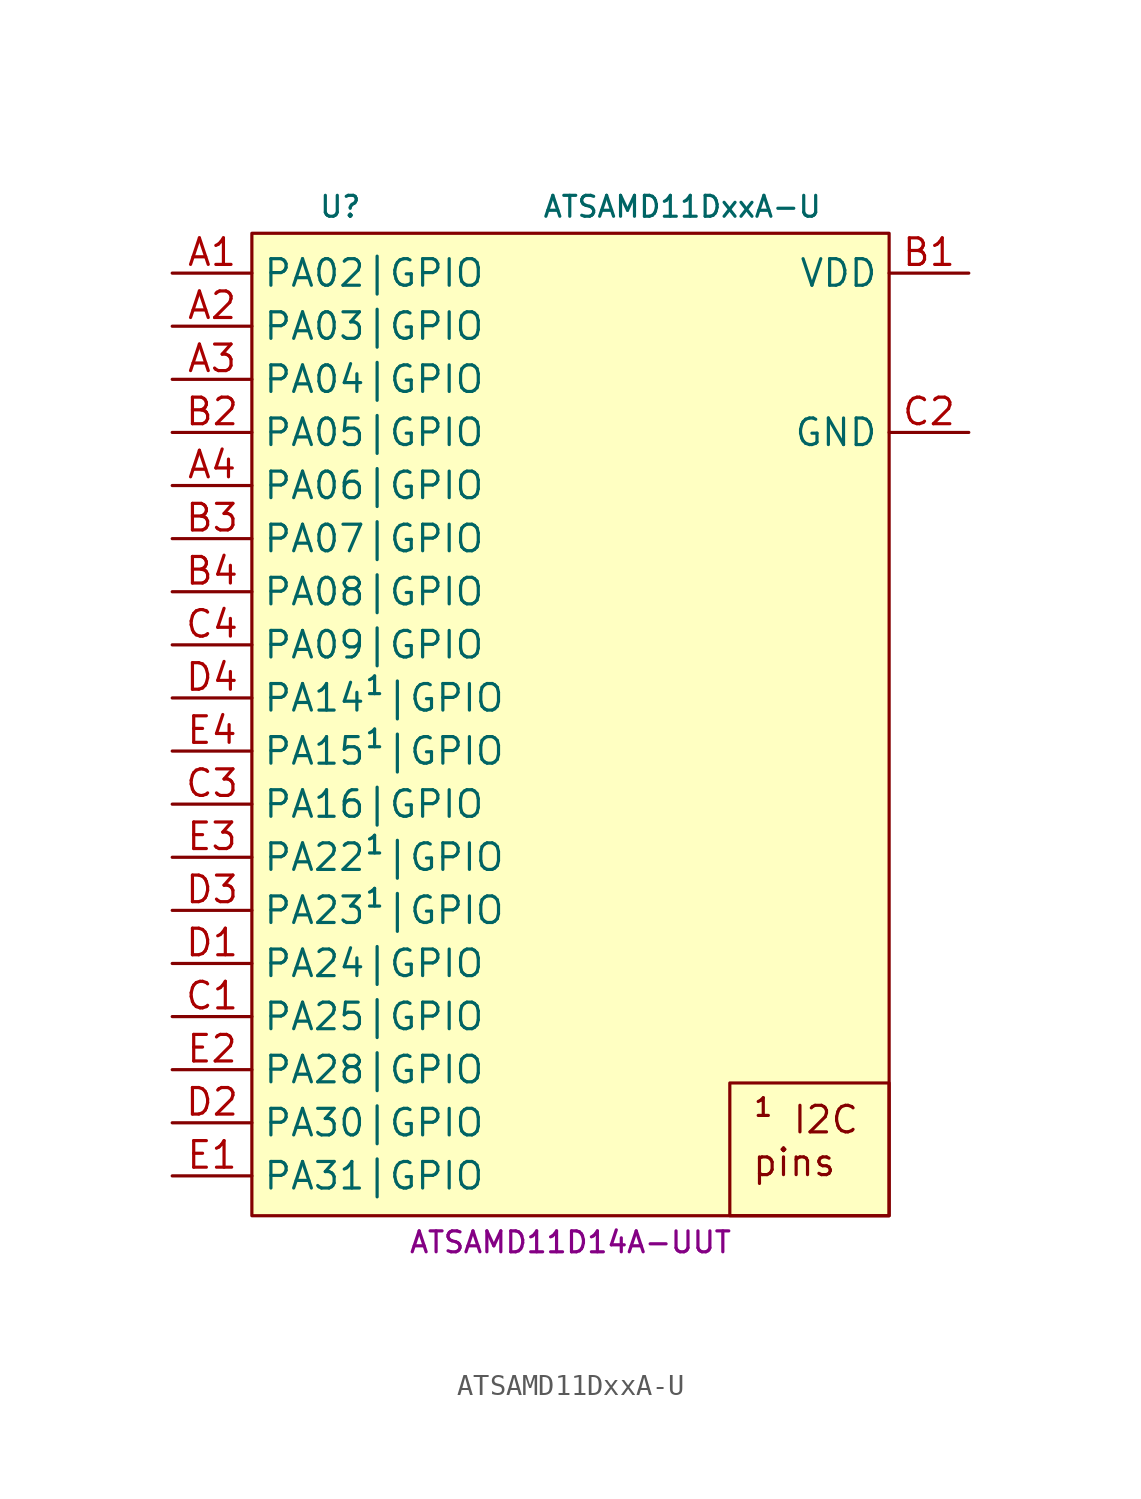
<source format=kicad_sym>
(kicad_symbol_lib
  (version 20231120)
  (generator "kicad_symbol_editor")
  (generator_version "8.0")
  (symbol "ATSAMD11DxxA-U"
    (property "Reference" "U"
      (at -12.065 23.495 0)
      (do_not_autoplace)
      (effects (font (size 1 1)) (justify left)))
    (property "Value" "ATSAMD11DxxA-U"
      (at 12.065 23.495 0)
      (do_not_autoplace)
      (effects (font (size 1 1)) (justify right)))
    (property "MPN" "ATSAMD11D14A-UUT"
      (at 0 -26.035 0)
      (do_not_autoplace)
      (effects (font (size 1 1))))
    (symbol "ATSAMD11DxxA-U_0_1"
      (rectangle (start -15.24 22.225) (end 15.24 -24.765) (stroke (width 0.152) (type default)) (fill (type background))))
    (symbol "ATSAMD11DxxA-U_1_1"
      (text_box "¹ I2C pins" (at 7.62 -18.415 0) (size 7.62 -6.35) (stroke (width 0) (type default)) (fill (type none)) (effects (font (size 1.27 1.27)) (justify left top)))
      (pin bidirectional line (at -19.05 20.32 0) (length 3.81) (name "PA02|GPIO" (effects (font (size 1.27 1.27)))) (number "A1" (effects (font (size 1.27 1.27)))) (alternate "PA02|A:EXTINT.2" input line) (alternate "PA02|B:ADC.IN0" input line) (alternate "PA02|B:DAC.VOUT" output line) (alternate "PA02|B:PTC.Y0" bidirectional line))
      (pin bidirectional line (at -19.05 17.78 0) (length 3.81) (name "PA03|GPIO" (effects (font (size 1.27 1.27)))) (number "A2" (effects (font (size 1.27 1.27)))) (alternate "PA03|A:EXTINT.3" input line) (alternate "PA03|B:ADC.IN1" input line) (alternate "PA03|B:ADC.VREFA" input line) (alternate "PA03|B:DAC.VREFA" input line) (alternate "PA03|B:PTC.Y1" bidirectional line))
      (pin bidirectional line (at -19.05 15.24 0) (length 3.81) (name "PA04|GPIO" (effects (font (size 1.27 1.27)))) (number "A3" (effects (font (size 1.27 1.27)))) (alternate "PA04|A:EXTINT.4" input line) (alternate "PA04|B:AC.IN0" input line) (alternate "PA04|B:ADC.IN2" input line) (alternate "PA04|B:ADC.VREFB" input line) (alternate "PA04|B:PTC.Y2" bidirectional line) (alternate "PA04|C0:SERCOM0.~{SS}" input inverted) (alternate "PA04|C1:SERCOM0.MO/SO" output line) (alternate "PA04|C1:SERCOM0.TX" output line) (alternate "PA04|C2:SERCOM0.MI/SI" input line) (alternate "PA04|C2:SERCOM0.RX" input line) (alternate "PA04|C2:SERCOM0.~{RTS}" output inverted) (alternate "PA04|C2:SERCOM0.~{SS}" input inverted) (alternate "PA04|C:SERCOM0.PAD2" bidirectional line) (alternate "PA04|D0:SERCOM0.MI/SI" input line) (alternate "PA04|D0:SERCOM0.MO/SO" output line) (alternate "PA04|D0:SERCOM0.RX" input line) (alternate "PA04|D0:SERCOM0.TX" output line) (alternate "PA04|D2:SERCOM0.TX" output line) (alternate "PA04|D3:SERCOM0.MO/SO" output line) (alternate "PA04|D:SERCOM0.PAD0" bidirectional line) (alternate "PA04|E:TC1.WO0" output line) (alternate "PA04|F:TCC0.WO0" output line))
      (pin bidirectional line (at -19.05 10.16 0) (length 3.81) (name "PA06|GPIO" (effects (font (size 1.27 1.27)))) (number "A4" (effects (font (size 1.27 1.27)))) (alternate "PA06|A:EXTINT.6" input line) (alternate "PA06|B:AC.IN2" input line) (alternate "PA06|B:ADC.IN4" input line) (alternate "PA06|B:PTC.Y4" bidirectional line) (alternate "PA06|C0:SERCOM0.MI/SI" input line) (alternate "PA06|C0:SERCOM0.MO/SO" output line) (alternate "PA06|C0:SERCOM0.RX" input line) (alternate "PA06|C0:SERCOM0.TX" output line) (alternate "PA06|C2:SERCOM0.TX" output line) (alternate "PA06|C3:SERCOM0.MO/SO" output line) (alternate "PA06|C:SERCOM0.PAD0" bidirectional line) (alternate "PA06|D0:SERCOM0.~{SS}" input inverted) (alternate "PA06|D1:SERCOM0.MO/SO" output line) (alternate "PA06|D1:SERCOM0.TX" output line) (alternate "PA06|D2:SERCOM0.MI/SI" input line) (alternate "PA06|D2:SERCOM0.RX" input line) (alternate "PA06|D2:SERCOM0.~{RTS}" output inverted) (alternate "PA06|D2:SERCOM0.~{SS}" input inverted) (alternate "PA06|D:SERCOM0.PAD2" bidirectional line) (alternate "PA06|E:TC2.WO0" output line) (alternate "PA06|F:TCC0.WO2" output line))
      (pin power_in line (at 19.05 20.32 180) (length 3.81) (name "VDD" (effects (font (size 1.27 1.27)))) (number "B1" (effects (font (size 1.27 1.27)))))
      (pin bidirectional line (at -19.05 12.7 0) (length 3.81) (name "PA05|GPIO" (effects (font (size 1.27 1.27)))) (number "B2" (effects (font (size 1.27 1.27)))) (alternate "PA05|A:EXTINT.5" input line) (alternate "PA05|B:AC.IN1" input line) (alternate "PA05|B:ADC.IN3" input line) (alternate "PA05|B:PTC.Y3" bidirectional line) (alternate "PA05|C1:SERCOM0.SCK" bidirectional clock) (alternate "PA05|C1:SERCOM0.XCK" bidirectional clock) (alternate "PA05|C2:SERCOM0.MO/SO" output line) (alternate "PA05|C2:SERCOM0.~{CTS}" input inverted) (alternate "PA05|C3:SERCOM0.MI/SI" input line) (alternate "PA05|C3:SERCOM0.RX" input line) (alternate "PA05|C3:SERCOM0.SCK" bidirectional clock) (alternate "PA05|C:SERCOM0.PAD3" bidirectional line) (alternate "PA05|D0:SERCOM0.SCK" bidirectional clock) (alternate "PA05|D0:SERCOM0.XCK" bidirectional clock) (alternate "PA05|D1:SERCOM0.MI/SI" input line) (alternate "PA05|D1:SERCOM0.RX" input line) (alternate "PA05|D1:SERCOM0.~{SS}" input inverted) (alternate "PA05|D2:SERCOM0.SCK" bidirectional clock) (alternate "PA05|D3:SERCOM0.~{SS}" input inverted) (alternate "PA05|D:SERCOM0.PAD1" bidirectional line) (alternate "PA05|E:TC1.WO1" output line) (alternate "PA05|F:TCC0.WO1" output line))
      (pin bidirectional line (at -19.05 7.62 0) (length 3.81) (name "PA07|GPIO" (effects (font (size 1.27 1.27)))) (number "B3" (effects (font (size 1.27 1.27)))) (alternate "PA07|A:EXTINT.7" input line) (alternate "PA07|B:AC.IN3" input line) (alternate "PA07|B:ADC.IN5" input line) (alternate "PA07|B:PTC.Y5" bidirectional line) (alternate "PA07|C0:SERCOM0.SCK" bidirectional clock) (alternate "PA07|C0:SERCOM0.XCK" bidirectional clock) (alternate "PA07|C1:SERCOM0.MI/SI" input line) (alternate "PA07|C1:SERCOM0.RX" input line) (alternate "PA07|C1:SERCOM0.~{SS}" input inverted) (alternate "PA07|C2:SERCOM0.SCK" bidirectional clock) (alternate "PA07|C2:SERCOM0.~{SS}" input inverted) (alternate "PA07|C:SERCOM0.PAD1" bidirectional line) (alternate "PA07|D1:SERCOM0.SCK" bidirectional clock) (alternate "PA07|D1:SERCOM0.XCK" bidirectional clock) (alternate "PA07|D2:SERCOM0.MO/SO" output line) (alternate "PA07|D2:SERCOM0.~{CTS}" input inverted) (alternate "PA07|D3:SERCOM0.MI/SI" input line) (alternate "PA07|D3:SERCOM0.RX" input line) (alternate "PA07|D3:SERCOM0.SCK" bidirectional clock) (alternate "PA07|D:SERCOM0.PAD3" bidirectional line) (alternate "PA07|E:TC2.WO1" output line) (alternate "PA07|F:TCC0.WO3" output line))
      (pin bidirectional line (at -19.05 5.08 0) (length 3.81) (name "PA08|GPIO" (effects (font (size 1.27 1.27)))) (number "B4" (effects (font (size 1.27 1.27)))) (alternate "PA08|A:EXTINT.6" input line) (alternate "PA08|C0:SERCOM1.~{SS}" input inverted) (alternate "PA08|C1:SERCOM1.MO/SO" output line) (alternate "PA08|C1:SERCOM1.TX" output line) (alternate "PA08|C2:SERCOM1.MI/SI" input line) (alternate "PA08|C2:SERCOM1.RX" input line) (alternate "PA08|C2:SERCOM1.~{RTS}" output inverted) (alternate "PA08|C2:SERCOM1.~{SS}" input inverted) (alternate "PA08|C:SERCOM1.PAD2" bidirectional line) (alternate "PA08|D0:SERCOM0.~{SS}" input inverted) (alternate "PA08|D1:SERCOM0.MO/SO" output line) (alternate "PA08|D1:SERCOM0.TX" output line) (alternate "PA08|D2:SERCOM0.MI/SI" input line) (alternate "PA08|D2:SERCOM0.RX" input line) (alternate "PA08|D2:SERCOM0.~{RTS}" output inverted) (alternate "PA08|D2:SERCOM0.~{SS}" input inverted) (alternate "PA08|D:SERCOM0.PAD2" bidirectional line) (alternate "PA08|E:TCC0.WO2" output line) (alternate "PA08|F:TCC0.WO4" output line) (alternate "PA08|H:GCLK.IO0" bidirectional clock) (alternate "PA08|XIN" input clock) (alternate "PA08|XIN32" input clock))
      (pin bidirectional line (at -19.05 -15.24 0) (length 3.81) (name "PA25|GPIO" (effects (font (size 1.27 1.27)))) (number "C1" (effects (font (size 1.27 1.27)))) (alternate "PA25|A:EXTINT.5" input line) (alternate "PA25|B:PTC.X9" input line) (alternate "PA25|B:PTC.Y15" bidirectional line) (alternate "PA25|C1:SERCOM1.SCK" bidirectional clock) (alternate "PA25|C1:SERCOM1.XCK" bidirectional clock) (alternate "PA25|C2:SERCOM1.MO/SO" output line) (alternate "PA25|C2:SERCOM1.~{CTS}" input inverted) (alternate "PA25|C3:SERCOM1.MI/SI" input line) (alternate "PA25|C3:SERCOM1.RX" input line) (alternate "PA25|C3:SERCOM1.SCK" bidirectional clock) (alternate "PA25|C:SERCOM1.PAD3" bidirectional line) (alternate "PA25|D1:SERCOM2.SCK" bidirectional clock) (alternate "PA25|D1:SERCOM2.XCK" bidirectional clock) (alternate "PA25|D2:SERCOM2.MO/SO" output line) (alternate "PA25|D2:SERCOM2.~{CTS}" input inverted) (alternate "PA25|D3:SERCOM2.MI/SI" input line) (alternate "PA25|D3:SERCOM2.RX" input line) (alternate "PA25|D3:SERCOM2.SCK" bidirectional clock) (alternate "PA25|D:SERCOM2.PAD3" bidirectional line) (alternate "PA25|E:TCC0.WO3" output line) (alternate "PA25|G:USB.D+" bidirectional line) (alternate "PA25|H:GCLK.IO0" bidirectional clock))
      (pin power_in line (at 19.05 12.7 180) (length 3.81) (name "GND" (effects (font (size 1.27 1.27)))) (number "C2" (effects (font (size 1.27 1.27)))))
      (pin bidirectional line (at -19.05 -5.08 0) (length 3.81) (name "PA16|GPIO" (effects (font (size 1.27 1.27)))) (number "C3" (effects (font (size 1.27 1.27)))) (alternate "PA16|A:EXTINT.0" input line) (alternate "PA16|B:PTC.X4" input line) (alternate "PA16|B:PTC.Y10" bidirectional line) (alternate "PA16|C0:SERCOM1.~{SS}" input inverted) (alternate "PA16|C1:SERCOM1.MO/SO" output line) (alternate "PA16|C1:SERCOM1.TX" output line) (alternate "PA16|C2:SERCOM1.MI/SI" input line) (alternate "PA16|C2:SERCOM1.RX" input line) (alternate "PA16|C2:SERCOM1.~{RTS}" output inverted) (alternate "PA16|C2:SERCOM1.~{SS}" input inverted) (alternate "PA16|C:SERCOM1.PAD2" bidirectional line) (alternate "PA16|D0:SERCOM2.~{SS}" input inverted) (alternate "PA16|D1:SERCOM2.MO/SO" output line) (alternate "PA16|D1:SERCOM2.TX" output line) (alternate "PA16|D2:SERCOM2.MI/SI" input line) (alternate "PA16|D2:SERCOM2.RX" input line) (alternate "PA16|D2:SERCOM2.~{RTS}" output inverted) (alternate "PA16|D2:SERCOM2.~{SS}" input inverted) (alternate "PA16|D:SERCOM2.PAD2" bidirectional line) (alternate "PA16|E:TC1.WO0" output line) (alternate "PA16|F:TCC0.WO6" output line) (alternate "PA16|H:GCLK.IO2" bidirectional clock))
      (pin bidirectional line (at -19.05 2.54 0) (length 3.81) (name "PA09|GPIO" (effects (font (size 1.27 1.27)))) (number "C4" (effects (font (size 1.27 1.27)))) (alternate "PA09|A:EXTINT.7" input line) (alternate "PA09|C1:SERCOM1.SCK" bidirectional clock) (alternate "PA09|C1:SERCOM1.XCK" bidirectional clock) (alternate "PA09|C2:SERCOM1.MO/SO" output line) (alternate "PA09|C2:SERCOM1.~{CTS}" input inverted) (alternate "PA09|C3:SERCOM1.MI/SI" input line) (alternate "PA09|C3:SERCOM1.RX" input line) (alternate "PA09|C3:SERCOM1.SCK" bidirectional clock) (alternate "PA09|C:SERCOM1.PAD3" bidirectional line) (alternate "PA09|D1:SERCOM0.SCK" bidirectional clock) (alternate "PA09|D1:SERCOM0.XCK" bidirectional clock) (alternate "PA09|D2:SERCOM0.MO/SO" output line) (alternate "PA09|D2:SERCOM0.~{CTS}" input inverted) (alternate "PA09|D3:SERCOM0.MI/SI" input line) (alternate "PA09|D3:SERCOM0.RX" input line) (alternate "PA09|D3:SERCOM0.SCK" bidirectional clock) (alternate "PA09|D:SERCOM0.PAD3" bidirectional line) (alternate "PA09|E:TCC0.WO3" output line) (alternate "PA09|F:TCC0.WO5" output line) (alternate "PA09|H:GCLK.IO1" bidirectional clock) (alternate "PA09|XOUT" output clock) (alternate "PA09|XOUT32" output clock))
      (pin bidirectional line (at -19.05 -12.7 0) (length 3.81) (name "PA24|GPIO" (effects (font (size 1.27 1.27)))) (number "D1" (effects (font (size 1.27 1.27)))) (alternate "PA24|A:EXTINT.4" input line) (alternate "PA24|B:PTC.X8" input line) (alternate "PA24|B:PTC.Y14" bidirectional line) (alternate "PA24|C0:SERCOM1.~{SS}" input inverted) (alternate "PA24|C1:SERCOM1.MO/SO" output line) (alternate "PA24|C1:SERCOM1.TX" output line) (alternate "PA24|C2:SERCOM1.MI/SI" input line) (alternate "PA24|C2:SERCOM1.RX" input line) (alternate "PA24|C2:SERCOM1.~{RTS}" output inverted) (alternate "PA24|C2:SERCOM1.~{SS}" input inverted) (alternate "PA24|C:SERCOM1.PAD2" bidirectional line) (alternate "PA24|D0:SERCOM2.~{SS}" input inverted) (alternate "PA24|D1:SERCOM2.MO/SO" output line) (alternate "PA24|D1:SERCOM2.TX" output line) (alternate "PA24|D2:SERCOM2.MI/SI" input line) (alternate "PA24|D2:SERCOM2.RX" input line) (alternate "PA24|D2:SERCOM2.~{RTS}" output inverted) (alternate "PA24|D2:SERCOM2.~{SS}" input inverted) (alternate "PA24|D:SERCOM2.PAD2" bidirectional line) (alternate "PA24|E:TCC0.WO2" output line) (alternate "PA24|F:TCC0.WO4" output line) (alternate "PA24|G:USB.D-" bidirectional inverted) (alternate "PA24|H:GCLK.IO0" bidirectional clock))
      (pin bidirectional line (at -19.05 -20.32 0) (length 3.81) (name "PA30|GPIO" (effects (font (size 1.27 1.27)))) (number "D2" (effects (font (size 1.27 1.27)))) (alternate "PA30|A:EXTINT.2" input line) (alternate "PA30|C0:SERCOM1.MI/SI" input line) (alternate "PA30|C0:SERCOM1.MO/SO" output line) (alternate "PA30|C0:SERCOM1.RX" input line) (alternate "PA30|C0:SERCOM1.TX" output line) (alternate "PA30|C0:SERCOM1.~{RTS}" output inverted) (alternate "PA30|C2:SERCOM1.TX" output line) (alternate "PA30|C3:SERCOM1.MO/SO" output line) (alternate "PA30|C:SERCOM1.PAD0" bidirectional line) (alternate "PA30|D0:SERCOM1.~{SS}" input inverted) (alternate "PA30|D1:SERCOM1.MO/SO" output line) (alternate "PA30|D1:SERCOM1.TX" output line) (alternate "PA30|D2:SERCOM1.MI/SI" input line) (alternate "PA30|D2:SERCOM1.RX" input line) (alternate "PA30|D2:SERCOM1.~{SS}" input inverted) (alternate "PA30|D:SERCOM1.PAD2" bidirectional line) (alternate "PA30|E:TC2.WO0" output line) (alternate "PA30|F:TCC0.WO2" output line) (alternate "PA30|G:SWCLK" input clock) (alternate "PA30|H:GCLK.IO0" bidirectional clock))
      (pin bidirectional line (at -19.05 -10.16 0) (length 3.81) (name "PA23¹|GPIO" (effects (font (size 1.27 1.27)))) (number "D3" (effects (font (size 1.27 1.27)))) (alternate "PA23¹|A:EXTINT.7" input line) (alternate "PA23¹|B:PTC.X7" input line) (alternate "PA23¹|B:PTC.Y13" bidirectional line) (alternate "PA23¹|C0:SERCOM1.SCK" bidirectional clock) (alternate "PA23¹|C0:SERCOM1.XCK" bidirectional clock) (alternate "PA23¹|C1:SERCOM1.MI/SI" input line) (alternate "PA23¹|C1:SERCOM1.RX" input line) (alternate "PA23¹|C1:SERCOM1.~{SS}" input inverted) (alternate "PA23¹|C2:SERCOM1.SCK" bidirectional clock) (alternate "PA23¹|C3:SERCOM1.~{SS}" input inverted) (alternate "PA23¹|C:SERCOM1.PAD1" bidirectional line) (alternate "PA23¹|C:SERCOM1.SCL" open_collector clock) (alternate "PA23¹|D0:SERCOM2.SCK" bidirectional clock) (alternate "PA23¹|D0:SERCOM2.XCK" bidirectional clock) (alternate "PA23¹|D1:SERCOM2.MI/SI" input line) (alternate "PA23¹|D1:SERCOM2.RX" input line) (alternate "PA23¹|D1:SERCOM2.~{SS}" input inverted) (alternate "PA23¹|D2:SERCOM2.SCK" bidirectional clock) (alternate "PA23¹|D3:SERCOM2.~{SS}" input inverted) (alternate "PA23¹|D:SERCOM2.PAD1" bidirectional line) (alternate "PA23¹|D:SERCOM2.SCL" open_collector clock) (alternate "PA23¹|E:TC1.WO1" output line) (alternate "PA23¹|F:TCC0.WO5" output line) (alternate "PA23¹|G:USB.SOF" output clock) (alternate "PA23¹|H:GCLK.IO2" bidirectional clock))
      (pin bidirectional line (at -19.05 0 0) (length 3.81) (name "PA14¹|GPIO" (effects (font (size 1.27 1.27)))) (number "D4" (effects (font (size 1.27 1.27)))) (alternate "PA14¹|A:NMI" input line) (alternate "PA14¹|B:AC.CMP0" output line) (alternate "PA14¹|B:ADC.IN6" input line) (alternate "PA14¹|B:PTC.X0" input line) (alternate "PA14¹|B:PTC.Y6" bidirectional line) (alternate "PA14¹|C0:SERCOM0.MI/SI" input line) (alternate "PA14¹|C0:SERCOM0.MO/SO" output line) (alternate "PA14¹|C0:SERCOM0.RX" input line) (alternate "PA14¹|C0:SERCOM0.TX" output line) (alternate "PA14¹|C2:SERCOM0.TX" output line) (alternate "PA14¹|C3:SERCOM0.MO/SO" output line) (alternate "PA14¹|C:SERCOM0.PAD0" bidirectional line) (alternate "PA14¹|C:SERCOM0.SDA" open_collector line) (alternate "PA14¹|D0:SERCOM2.MI/SI" input line) (alternate "PA14¹|D0:SERCOM2.MO/SO" output line) (alternate "PA14¹|D0:SERCOM2.RX" input line) (alternate "PA14¹|D0:SERCOM2.TX" output line) (alternate "PA14¹|D2:SERCOM2.TX" output line) (alternate "PA14¹|D3:SERCOM2.MO/SO" output line) (alternate "PA14¹|D:SERCOM2.PAD0" bidirectional line) (alternate "PA14¹|D:SERCOM2.SDA" open_collector line) (alternate "PA14¹|E:TC1.WO0" output line) (alternate "PA14¹|F:TCC0.WO0" output line) (alternate "PA14¹|H:GCLK.IO4" bidirectional clock))
      (pin bidirectional line (at -19.05 -22.86 0) (length 3.81) (name "PA31|GPIO" (effects (font (size 1.27 1.27)))) (number "E1" (effects (font (size 1.27 1.27)))) (alternate "PA31|A:EXTINT.3" input line) (alternate "PA31|C0:SERCOM1.SCK" bidirectional clock) (alternate "PA31|C0:SERCOM1.XCK" bidirectional clock) (alternate "PA31|C1:SERCOM1.MI/SI" input line) (alternate "PA31|C1:SERCOM1.RX" input line) (alternate "PA31|C1:SERCOM1.~{SS}" input inverted) (alternate "PA31|C2:SERCOM1.SCK" bidirectional clock) (alternate "PA31|C3:SERCOM1.~{SS}" input inverted) (alternate "PA31|C:SERCOM1.PAD1" bidirectional line) (alternate "PA31|D1:SERCOM1.SCK" bidirectional clock) (alternate "PA31|D1:SERCOM1.XCK" bidirectional clock) (alternate "PA31|D2:SERCOM1.~{CTS}" input inverted) (alternate "PA31|D3:SERCOM1.MI/SI" input line) (alternate "PA31|D3:SERCOM1.MO/SO" output line) (alternate "PA31|D3:SERCOM1.RX" input line) (alternate "PA31|D3:SERCOM1.SCK" bidirectional clock) (alternate "PA31|D:SERCOM1.PAD3" bidirectional line) (alternate "PA31|E:TC2.WO1" output line) (alternate "PA31|F:TCC0.WO3" output line) (alternate "PA31|G:SWDIO" bidirectional line) (alternate "PA31|H:GCLK.IO0" bidirectional clock))
      (pin bidirectional line (at -19.05 -17.78 0) (length 3.81) (name "PA28|GPIO" (effects (font (size 1.27 1.27)))) (number "E2" (effects (font (size 1.27 1.27)))) (alternate "~{RST}" input inverted))
      (pin bidirectional line (at -19.05 -7.62 0) (length 3.81) (name "PA22¹|GPIO" (effects (font (size 1.27 1.27)))) (number "E3" (effects (font (size 1.27 1.27)))) (alternate "PA22¹|A:EXTINT.6" input line) (alternate "PA22¹|B:PTC.X6" input line) (alternate "PA22¹|B:PTC.Y12" bidirectional line) (alternate "PA22¹|C0:SERCOM1.MI/SI" input line) (alternate "PA22¹|C0:SERCOM1.MO/SO" output line) (alternate "PA22¹|C0:SERCOM1.RX" input line) (alternate "PA22¹|C0:SERCOM1.TX" output line) (alternate "PA22¹|C2:SERCOM1.TX" output line) (alternate "PA22¹|C3:SERCOM1.MO/SO" output line) (alternate "PA22¹|C:SERCOM1.PAD0" bidirectional line) (alternate "PA22¹|C:SERCOM1.SDA" open_collector line) (alternate "PA22¹|D0:SERCOM2.MI/SI" input line) (alternate "PA22¹|D0:SERCOM2.MO/SO" output line) (alternate "PA22¹|D0:SERCOM2.RX" input line) (alternate "PA22¹|D0:SERCOM2.TX" output line) (alternate "PA22¹|D2:SERCOM2.TX" output line) (alternate "PA22¹|D3:SERCOM2.MO/SO" output line) (alternate "PA22¹|D:SERCOM2.PAD0" bidirectional line) (alternate "PA22¹|D:SERCOM2.SDA" open_collector line) (alternate "PA22¹|E:TC1.WO0" output line) (alternate "PA22¹|F:TCC0.WO4" output line) (alternate "PA22¹|H:GCLK.IO1" bidirectional clock))
      (pin bidirectional line (at -19.05 -2.54 0) (length 3.81) (name "PA15¹|GPIO" (effects (font (size 1.27 1.27)))) (number "E4" (effects (font (size 1.27 1.27)))) (alternate "PA15¹|A:EXTINT.1" input line) (alternate "PA15¹|B:AC.CMP1" output line) (alternate "PA15¹|B:ADC.IN7" input line) (alternate "PA15¹|B:PTC.X1" input line) (alternate "PA15¹|B:PTC.Y7" bidirectional line) (alternate "PA15¹|C0:SERCOM0.SCK" bidirectional clock) (alternate "PA15¹|C0:SERCOM0.XCK" bidirectional clock) (alternate "PA15¹|C1:SERCOM0.MI/SI" input line) (alternate "PA15¹|C1:SERCOM0.RX" input line) (alternate "PA15¹|C1:SERCOM0.~{SS}" input inverted) (alternate "PA15¹|C2:SERCOM0.SCK" bidirectional clock) (alternate "PA15¹|C3:SERCOM0.~{SS}" input inverted) (alternate "PA15¹|C:SERCOM0.PAD1" bidirectional line) (alternate "PA15¹|C:SERCOM0.SCL" open_collector clock) (alternate "PA15¹|D0:SERCOM2.SCK" bidirectional clock) (alternate "PA15¹|D0:SERCOM2.XCK" bidirectional clock) (alternate "PA15¹|D1:SERCOM2.MI/SI" input line) (alternate "PA15¹|D1:SERCOM2.RX" input line) (alternate "PA15¹|D1:SERCOM2.~{SS}" input inverted) (alternate "PA15¹|D2:SERCOM2.SCK" bidirectional clock) (alternate "PA15¹|D3:SERCOM2.~{SS}" input inverted) (alternate "PA15¹|D:SERCOM2.PAD1" bidirectional line) (alternate "PA15¹|D:SERCOM2.SCL" open_collector clock) (alternate "PA15¹|E:TC1.WO1" output line) (alternate "PA15¹|F:TCC0.WO1" output line) (alternate "PA15¹|H:GCLK.IO5" bidirectional clock)))))
</source>
